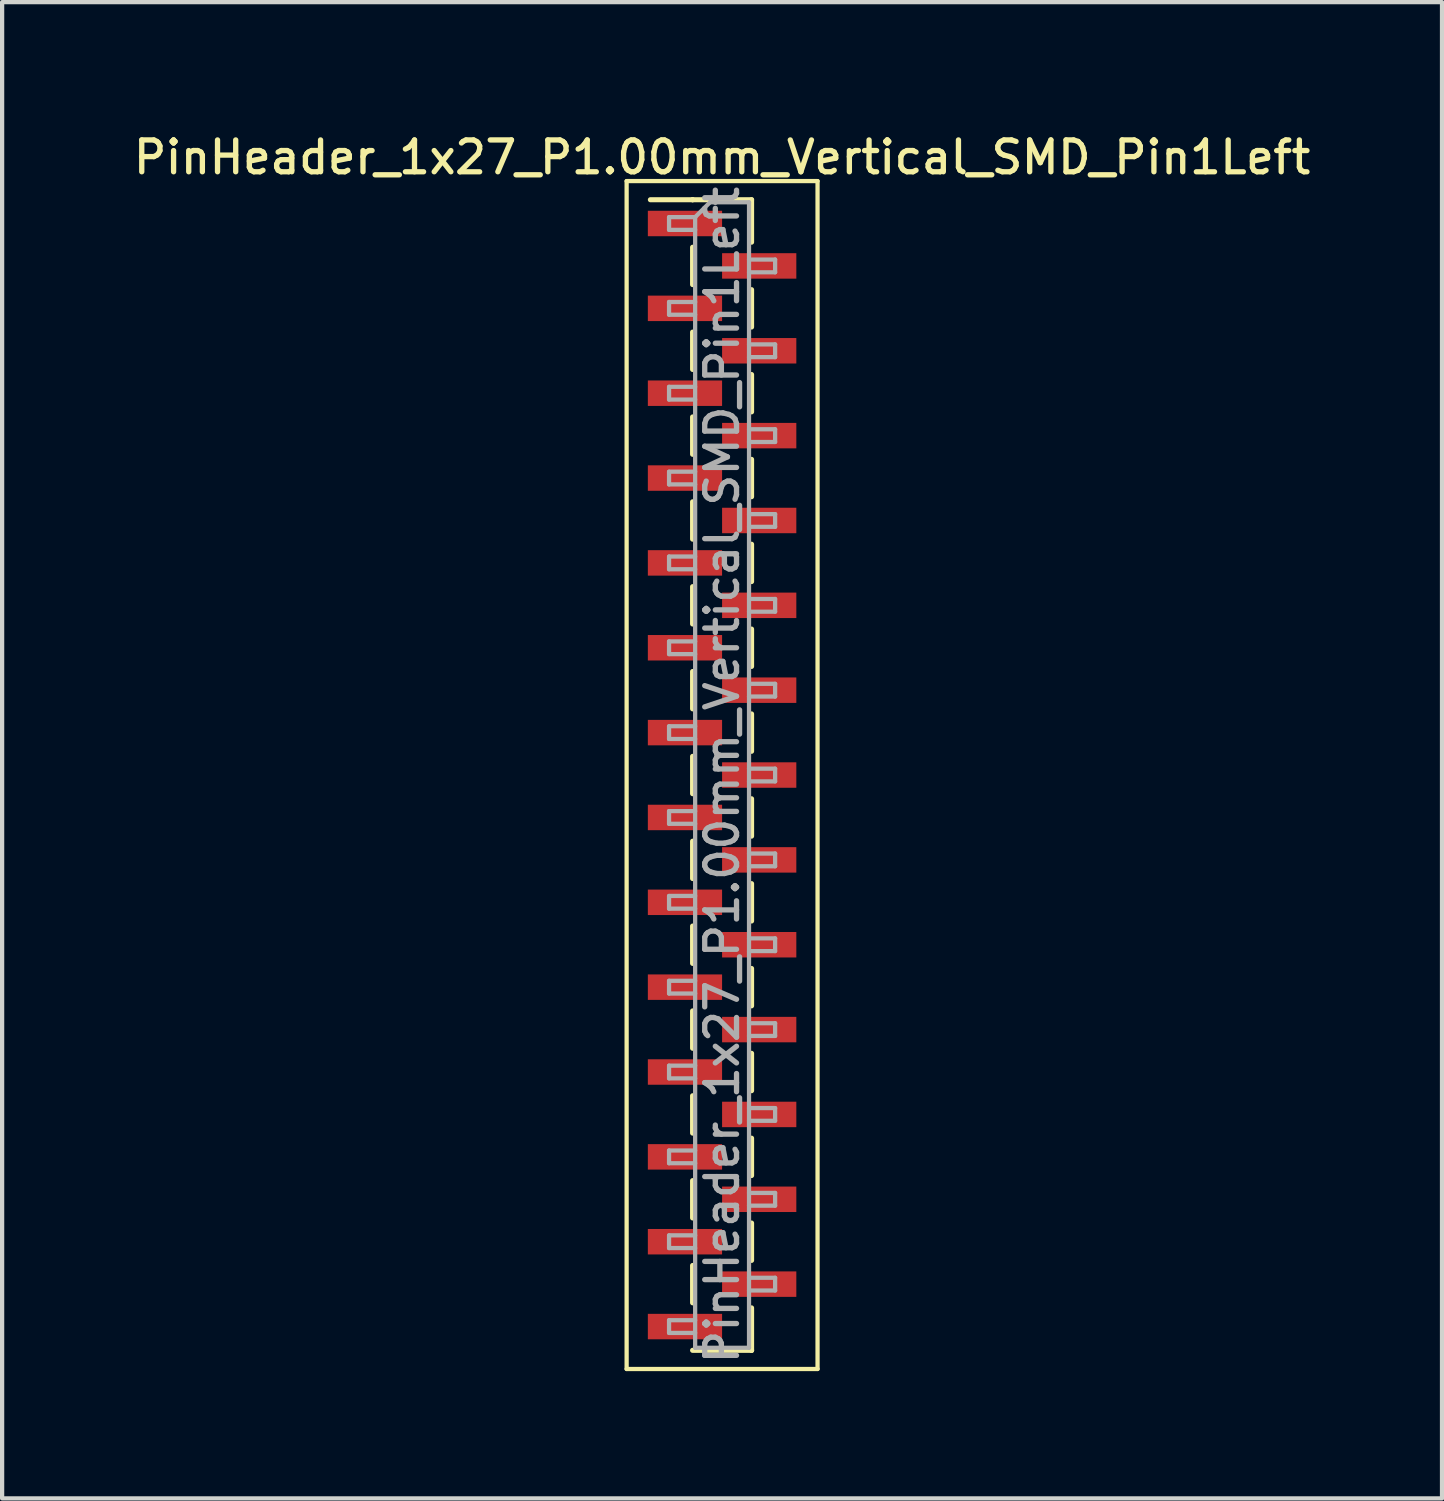
<source format=kicad_pcb>
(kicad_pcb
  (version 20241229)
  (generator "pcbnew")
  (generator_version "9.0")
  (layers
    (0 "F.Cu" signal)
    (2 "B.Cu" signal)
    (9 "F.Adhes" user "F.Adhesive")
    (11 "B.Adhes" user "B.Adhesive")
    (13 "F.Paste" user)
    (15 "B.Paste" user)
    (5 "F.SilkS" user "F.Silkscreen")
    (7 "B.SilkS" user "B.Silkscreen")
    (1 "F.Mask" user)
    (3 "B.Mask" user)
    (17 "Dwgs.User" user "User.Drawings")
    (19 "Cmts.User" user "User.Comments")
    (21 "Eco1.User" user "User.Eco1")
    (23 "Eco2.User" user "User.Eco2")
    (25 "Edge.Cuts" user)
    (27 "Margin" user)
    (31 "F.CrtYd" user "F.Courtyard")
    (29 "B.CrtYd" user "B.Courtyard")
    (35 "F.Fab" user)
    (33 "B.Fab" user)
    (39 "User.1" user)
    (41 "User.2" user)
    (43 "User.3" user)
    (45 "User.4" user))
  (footprint "PinHeader_1x27_P1.00mm_Vertical_SMD_Pin1Left"
    (layer "F.Cu")
    (at 13.97 15.218)
    (property "Reference" "PinHeader_1x27_P1.00mm_Vertical_SMD_Pin1Left" (at 0 -14.56 0) (layer "F.SilkS") (effects (font (size 0.75 0.75) (thickness 0.125))))
    (attr smd)
    (fp_line (start -2.25 -14) (end -2.25 14) (stroke (width 0.1) (type solid)) (layer "F.SilkS"))
    (fp_line (start -2.25 14) (end 2.25 14) (stroke (width 0.1) (type solid)) (layer "F.SilkS"))
    (fp_line (start -0.695 -13.56) (end -1.69 -13.56) (stroke (width 0.12) (type solid)) (layer "F.SilkS"))
    (fp_line (start -0.695 -13.56) (end -0.695 -13.56) (stroke (width 0.12) (type solid)) (layer "F.SilkS"))
    (fp_line (start -0.695 -13.56) (end 0.695 -13.56) (stroke (width 0.12) (type solid)) (layer "F.SilkS"))
    (fp_line (start -0.695 -12.44) (end -0.695 -11.56) (stroke (width 0.12) (type solid)) (layer "F.SilkS"))
    (fp_line (start -0.695 -10.44) (end -0.695 -9.56) (stroke (width 0.12) (type solid)) (layer "F.SilkS"))
    (fp_line (start -0.695 -8.44) (end -0.695 -7.56) (stroke (width 0.12) (type solid)) (layer "F.SilkS"))
    (fp_line (start -0.695 -6.44) (end -0.695 -5.56) (stroke (width 0.12) (type solid)) (layer "F.SilkS"))
    (fp_line (start -0.695 -4.44) (end -0.695 -3.56) (stroke (width 0.12) (type solid)) (layer "F.SilkS"))
    (fp_line (start -0.695 -2.44) (end -0.695 -1.56) (stroke (width 0.12) (type solid)) (layer "F.SilkS"))
    (fp_line (start -0.695 -0.44) (end -0.695 0.44) (stroke (width 0.12) (type solid)) (layer "F.SilkS"))
    (fp_line (start -0.695 1.56) (end -0.695 2.44) (stroke (width 0.12) (type solid)) (layer "F.SilkS"))
    (fp_line (start -0.695 3.56) (end -0.695 4.44) (stroke (width 0.12) (type solid)) (layer "F.SilkS"))
    (fp_line (start -0.695 5.56) (end -0.695 6.44) (stroke (width 0.12) (type solid)) (layer "F.SilkS"))
    (fp_line (start -0.695 7.56) (end -0.695 8.44) (stroke (width 0.12) (type solid)) (layer "F.SilkS"))
    (fp_line (start -0.695 9.56) (end -0.695 10.44) (stroke (width 0.12) (type solid)) (layer "F.SilkS"))
    (fp_line (start -0.695 11.56) (end -0.695 12.44) (stroke (width 0.12) (type solid)) (layer "F.SilkS"))
    (fp_line (start -0.695 13.56) (end 0.695 13.56) (stroke (width 0.12) (type solid)) (layer "F.SilkS"))
    (fp_line (start 0.695 -13.56) (end 0.695 -12.56) (stroke (width 0.12) (type solid)) (layer "F.SilkS"))
    (fp_line (start 0.695 -11.44) (end 0.695 -10.56) (stroke (width 0.12) (type solid)) (layer "F.SilkS"))
    (fp_line (start 0.695 -9.44) (end 0.695 -8.56) (stroke (width 0.12) (type solid)) (layer "F.SilkS"))
    (fp_line (start 0.695 -7.44) (end 0.695 -6.56) (stroke (width 0.12) (type solid)) (layer "F.SilkS"))
    (fp_line (start 0.695 -5.44) (end 0.695 -4.56) (stroke (width 0.12) (type solid)) (layer "F.SilkS"))
    (fp_line (start 0.695 -3.44) (end 0.695 -2.56) (stroke (width 0.12) (type solid)) (layer "F.SilkS"))
    (fp_line (start 0.695 -1.44) (end 0.695 -0.56) (stroke (width 0.12) (type solid)) (layer "F.SilkS"))
    (fp_line (start 0.695 0.56) (end 0.695 1.44) (stroke (width 0.12) (type solid)) (layer "F.SilkS"))
    (fp_line (start 0.695 2.56) (end 0.695 3.44) (stroke (width 0.12) (type solid)) (layer "F.SilkS"))
    (fp_line (start 0.695 4.56) (end 0.695 5.44) (stroke (width 0.12) (type solid)) (layer "F.SilkS"))
    (fp_line (start 0.695 6.56) (end 0.695 7.44) (stroke (width 0.12) (type solid)) (layer "F.SilkS"))
    (fp_line (start 0.695 8.56) (end 0.695 9.44) (stroke (width 0.12) (type solid)) (layer "F.SilkS"))
    (fp_line (start 0.695 10.56) (end 0.695 11.44) (stroke (width 0.12) (type solid)) (layer "F.SilkS"))
    (fp_line (start 0.695 12.56) (end 0.695 13.56) (stroke (width 0.12) (type solid)) (layer "F.SilkS"))
    (fp_line (start 0.695 13.56) (end 0.695 13.56) (stroke (width 0.12) (type solid)) (layer "F.SilkS"))
    (fp_line (start 2.25 -14) (end -2.25 -14) (stroke (width 0.1) (type solid)) (layer "F.SilkS"))
    (fp_line (start 2.25 14) (end 2.25 -14) (stroke (width 0.1) (type solid)) (layer "F.SilkS"))
    (fp_line (start -1.25 -13.15) (end -1.25 -12.85) (stroke (width 0.1) (type solid)) (layer "F.Fab"))
    (fp_line (start -1.25 -12.85) (end -0.635 -12.85) (stroke (width 0.1) (type solid)) (layer "F.Fab"))
    (fp_line (start -1.25 -11.15) (end -1.25 -10.85) (stroke (width 0.1) (type solid)) (layer "F.Fab"))
    (fp_line (start -1.25 -10.85) (end -0.635 -10.85) (stroke (width 0.1) (type solid)) (layer "F.Fab"))
    (fp_line (start -1.25 -9.15) (end -1.25 -8.85) (stroke (width 0.1) (type solid)) (layer "F.Fab"))
    (fp_line (start -1.25 -8.85) (end -0.635 -8.85) (stroke (width 0.1) (type solid)) (layer "F.Fab"))
    (fp_line (start -1.25 -7.15) (end -1.25 -6.85) (stroke (width 0.1) (type solid)) (layer "F.Fab"))
    (fp_line (start -1.25 -6.85) (end -0.635 -6.85) (stroke (width 0.1) (type solid)) (layer "F.Fab"))
    (fp_line (start -1.25 -5.15) (end -1.25 -4.85) (stroke (width 0.1) (type solid)) (layer "F.Fab"))
    (fp_line (start -1.25 -4.85) (end -0.635 -4.85) (stroke (width 0.1) (type solid)) (layer "F.Fab"))
    (fp_line (start -1.25 -3.15) (end -1.25 -2.85) (stroke (width 0.1) (type solid)) (layer "F.Fab"))
    (fp_line (start -1.25 -2.85) (end -0.635 -2.85) (stroke (width 0.1) (type solid)) (layer "F.Fab"))
    (fp_line (start -1.25 -1.15) (end -1.25 -0.85) (stroke (width 0.1) (type solid)) (layer "F.Fab"))
    (fp_line (start -1.25 -0.85) (end -0.635 -0.85) (stroke (width 0.1) (type solid)) (layer "F.Fab"))
    (fp_line (start -1.25 0.85) (end -1.25 1.15) (stroke (width 0.1) (type solid)) (layer "F.Fab"))
    (fp_line (start -1.25 1.15) (end -0.635 1.15) (stroke (width 0.1) (type solid)) (layer "F.Fab"))
    (fp_line (start -1.25 2.85) (end -1.25 3.15) (stroke (width 0.1) (type solid)) (layer "F.Fab"))
    (fp_line (start -1.25 3.15) (end -0.635 3.15) (stroke (width 0.1) (type solid)) (layer "F.Fab"))
    (fp_line (start -1.25 4.85) (end -1.25 5.15) (stroke (width 0.1) (type solid)) (layer "F.Fab"))
    (fp_line (start -1.25 5.15) (end -0.635 5.15) (stroke (width 0.1) (type solid)) (layer "F.Fab"))
    (fp_line (start -1.25 6.85) (end -1.25 7.15) (stroke (width 0.1) (type solid)) (layer "F.Fab"))
    (fp_line (start -1.25 7.15) (end -0.635 7.15) (stroke (width 0.1) (type solid)) (layer "F.Fab"))
    (fp_line (start -1.25 8.85) (end -1.25 9.15) (stroke (width 0.1) (type solid)) (layer "F.Fab"))
    (fp_line (start -1.25 9.15) (end -0.635 9.15) (stroke (width 0.1) (type solid)) (layer "F.Fab"))
    (fp_line (start -1.25 10.85) (end -1.25 11.15) (stroke (width 0.1) (type solid)) (layer "F.Fab"))
    (fp_line (start -1.25 11.15) (end -0.635 11.15) (stroke (width 0.1) (type solid)) (layer "F.Fab"))
    (fp_line (start -1.25 12.85) (end -1.25 13.15) (stroke (width 0.1) (type solid)) (layer "F.Fab"))
    (fp_line (start -1.25 13.15) (end -0.635 13.15) (stroke (width 0.1) (type solid)) (layer "F.Fab"))
    (fp_line (start -0.635 -13.15) (end -1.25 -13.15) (stroke (width 0.1) (type solid)) (layer "F.Fab"))
    (fp_line (start -0.635 -13.15) (end -0.285 -13.5) (stroke (width 0.1) (type solid)) (layer "F.Fab"))
    (fp_line (start -0.635 -11.15) (end -1.25 -11.15) (stroke (width 0.1) (type solid)) (layer "F.Fab"))
    (fp_line (start -0.635 -9.15) (end -1.25 -9.15) (stroke (width 0.1) (type solid)) (layer "F.Fab"))
    (fp_line (start -0.635 -7.15) (end -1.25 -7.15) (stroke (width 0.1) (type solid)) (layer "F.Fab"))
    (fp_line (start -0.635 -5.15) (end -1.25 -5.15) (stroke (width 0.1) (type solid)) (layer "F.Fab"))
    (fp_line (start -0.635 -3.15) (end -1.25 -3.15) (stroke (width 0.1) (type solid)) (layer "F.Fab"))
    (fp_line (start -0.635 -1.15) (end -1.25 -1.15) (stroke (width 0.1) (type solid)) (layer "F.Fab"))
    (fp_line (start -0.635 0.85) (end -1.25 0.85) (stroke (width 0.1) (type solid)) (layer "F.Fab"))
    (fp_line (start -0.635 2.85) (end -1.25 2.85) (stroke (width 0.1) (type solid)) (layer "F.Fab"))
    (fp_line (start -0.635 4.85) (end -1.25 4.85) (stroke (width 0.1) (type solid)) (layer "F.Fab"))
    (fp_line (start -0.635 6.85) (end -1.25 6.85) (stroke (width 0.1) (type solid)) (layer "F.Fab"))
    (fp_line (start -0.635 8.85) (end -1.25 8.85) (stroke (width 0.1) (type solid)) (layer "F.Fab"))
    (fp_line (start -0.635 10.85) (end -1.25 10.85) (stroke (width 0.1) (type solid)) (layer "F.Fab"))
    (fp_line (start -0.635 12.85) (end -1.25 12.85) (stroke (width 0.1) (type solid)) (layer "F.Fab"))
    (fp_line (start -0.635 13.5) (end -0.635 -13.15) (stroke (width 0.1) (type solid)) (layer "F.Fab"))
    (fp_line (start -0.285 -13.5) (end 0.635 -13.5) (stroke (width 0.1) (type solid)) (layer "F.Fab"))
    (fp_line (start 0.635 -13.5) (end 0.635 13.5) (stroke (width 0.1) (type solid)) (layer "F.Fab"))
    (fp_line (start 0.635 -12.15) (end 1.25 -12.15) (stroke (width 0.1) (type solid)) (layer "F.Fab"))
    (fp_line (start 0.635 -10.15) (end 1.25 -10.15) (stroke (width 0.1) (type solid)) (layer "F.Fab"))
    (fp_line (start 0.635 -8.15) (end 1.25 -8.15) (stroke (width 0.1) (type solid)) (layer "F.Fab"))
    (fp_line (start 0.635 -6.15) (end 1.25 -6.15) (stroke (width 0.1) (type solid)) (layer "F.Fab"))
    (fp_line (start 0.635 -4.15) (end 1.25 -4.15) (stroke (width 0.1) (type solid)) (layer "F.Fab"))
    (fp_line (start 0.635 -2.15) (end 1.25 -2.15) (stroke (width 0.1) (type solid)) (layer "F.Fab"))
    (fp_line (start 0.635 -0.15) (end 1.25 -0.15) (stroke (width 0.1) (type solid)) (layer "F.Fab"))
    (fp_line (start 0.635 1.85) (end 1.25 1.85) (stroke (width 0.1) (type solid)) (layer "F.Fab"))
    (fp_line (start 0.635 3.85) (end 1.25 3.85) (stroke (width 0.1) (type solid)) (layer "F.Fab"))
    (fp_line (start 0.635 5.85) (end 1.25 5.85) (stroke (width 0.1) (type solid)) (layer "F.Fab"))
    (fp_line (start 0.635 7.85) (end 1.25 7.85) (stroke (width 0.1) (type solid)) (layer "F.Fab"))
    (fp_line (start 0.635 9.85) (end 1.25 9.85) (stroke (width 0.1) (type solid)) (layer "F.Fab"))
    (fp_line (start 0.635 11.85) (end 1.25 11.85) (stroke (width 0.1) (type solid)) (layer "F.Fab"))
    (fp_line (start 0.635 13.5) (end -0.635 13.5) (stroke (width 0.1) (type solid)) (layer "F.Fab"))
    (fp_line (start 1.25 -12.15) (end 1.25 -11.85) (stroke (width 0.1) (type solid)) (layer "F.Fab"))
    (fp_line (start 1.25 -11.85) (end 0.635 -11.85) (stroke (width 0.1) (type solid)) (layer "F.Fab"))
    (fp_line (start 1.25 -10.15) (end 1.25 -9.85) (stroke (width 0.1) (type solid)) (layer "F.Fab"))
    (fp_line (start 1.25 -9.85) (end 0.635 -9.85) (stroke (width 0.1) (type solid)) (layer "F.Fab"))
    (fp_line (start 1.25 -8.15) (end 1.25 -7.85) (stroke (width 0.1) (type solid)) (layer "F.Fab"))
    (fp_line (start 1.25 -7.85) (end 0.635 -7.85) (stroke (width 0.1) (type solid)) (layer "F.Fab"))
    (fp_line (start 1.25 -6.15) (end 1.25 -5.85) (stroke (width 0.1) (type solid)) (layer "F.Fab"))
    (fp_line (start 1.25 -5.85) (end 0.635 -5.85) (stroke (width 0.1) (type solid)) (layer "F.Fab"))
    (fp_line (start 1.25 -4.15) (end 1.25 -3.85) (stroke (width 0.1) (type solid)) (layer "F.Fab"))
    (fp_line (start 1.25 -3.85) (end 0.635 -3.85) (stroke (width 0.1) (type solid)) (layer "F.Fab"))
    (fp_line (start 1.25 -2.15) (end 1.25 -1.85) (stroke (width 0.1) (type solid)) (layer "F.Fab"))
    (fp_line (start 1.25 -1.85) (end 0.635 -1.85) (stroke (width 0.1) (type solid)) (layer "F.Fab"))
    (fp_line (start 1.25 -0.15) (end 1.25 0.15) (stroke (width 0.1) (type solid)) (layer "F.Fab"))
    (fp_line (start 1.25 0.15) (end 0.635 0.15) (stroke (width 0.1) (type solid)) (layer "F.Fab"))
    (fp_line (start 1.25 1.85) (end 1.25 2.15) (stroke (width 0.1) (type solid)) (layer "F.Fab"))
    (fp_line (start 1.25 2.15) (end 0.635 2.15) (stroke (width 0.1) (type solid)) (layer "F.Fab"))
    (fp_line (start 1.25 3.85) (end 1.25 4.15) (stroke (width 0.1) (type solid)) (layer "F.Fab"))
    (fp_line (start 1.25 4.15) (end 0.635 4.15) (stroke (width 0.1) (type solid)) (layer "F.Fab"))
    (fp_line (start 1.25 5.85) (end 1.25 6.15) (stroke (width 0.1) (type solid)) (layer "F.Fab"))
    (fp_line (start 1.25 6.15) (end 0.635 6.15) (stroke (width 0.1) (type solid)) (layer "F.Fab"))
    (fp_line (start 1.25 7.85) (end 1.25 8.15) (stroke (width 0.1) (type solid)) (layer "F.Fab"))
    (fp_line (start 1.25 8.15) (end 0.635 8.15) (stroke (width 0.1) (type solid)) (layer "F.Fab"))
    (fp_line (start 1.25 9.85) (end 1.25 10.15) (stroke (width 0.1) (type solid)) (layer "F.Fab"))
    (fp_line (start 1.25 10.15) (end 0.635 10.15) (stroke (width 0.1) (type solid)) (layer "F.Fab"))
    (fp_line (start 1.25 11.85) (end 1.25 12.15) (stroke (width 0.1) (type solid)) (layer "F.Fab"))
    (fp_line (start 1.25 12.15) (end 0.635 12.15) (stroke (width 0.1) (type solid)) (layer "F.Fab"))
    (fp_text user "${REFERENCE}" (at 0 0 90) (layer "F.Fab") (effects (font (size 0.75 0.75) (thickness 0.125))))
    (pad "1" smd rect (at -0.875 -13) (size 1.75 0.6) (layers "F.Cu" "F.Mask" "F.Paste"))
    (pad "2" smd rect (at 0.875 -12) (size 1.75 0.6) (layers "F.Cu" "F.Mask" "F.Paste"))
    (pad "3" smd rect (at -0.875 -11) (size 1.75 0.6) (layers "F.Cu" "F.Mask" "F.Paste"))
    (pad "4" smd rect (at 0.875 -10) (size 1.75 0.6) (layers "F.Cu" "F.Mask" "F.Paste"))
    (pad "5" smd rect (at -0.875 -9) (size 1.75 0.6) (layers "F.Cu" "F.Mask" "F.Paste"))
    (pad "6" smd rect (at 0.875 -8) (size 1.75 0.6) (layers "F.Cu" "F.Mask" "F.Paste"))
    (pad "7" smd rect (at -0.875 -7) (size 1.75 0.6) (layers "F.Cu" "F.Mask" "F.Paste"))
    (pad "8" smd rect (at 0.875 -6) (size 1.75 0.6) (layers "F.Cu" "F.Mask" "F.Paste"))
    (pad "9" smd rect (at -0.875 -5) (size 1.75 0.6) (layers "F.Cu" "F.Mask" "F.Paste"))
    (pad "10" smd rect (at 0.875 -4) (size 1.75 0.6) (layers "F.Cu" "F.Mask" "F.Paste"))
    (pad "11" smd rect (at -0.875 -3) (size 1.75 0.6) (layers "F.Cu" "F.Mask" "F.Paste"))
    (pad "12" smd rect (at 0.875 -2) (size 1.75 0.6) (layers "F.Cu" "F.Mask" "F.Paste"))
    (pad "13" smd rect (at -0.875 -1) (size 1.75 0.6) (layers "F.Cu" "F.Mask" "F.Paste"))
    (pad "14" smd rect (at 0.875 0) (size 1.75 0.6) (layers "F.Cu" "F.Mask" "F.Paste"))
    (pad "15" smd rect (at -0.875 1) (size 1.75 0.6) (layers "F.Cu" "F.Mask" "F.Paste"))
    (pad "16" smd rect (at 0.875 2) (size 1.75 0.6) (layers "F.Cu" "F.Mask" "F.Paste"))
    (pad "17" smd rect (at -0.875 3) (size 1.75 0.6) (layers "F.Cu" "F.Mask" "F.Paste"))
    (pad "18" smd rect (at 0.875 4) (size 1.75 0.6) (layers "F.Cu" "F.Mask" "F.Paste"))
    (pad "19" smd rect (at -0.875 5) (size 1.75 0.6) (layers "F.Cu" "F.Mask" "F.Paste"))
    (pad "20" smd rect (at 0.875 6) (size 1.75 0.6) (layers "F.Cu" "F.Mask" "F.Paste"))
    (pad "21" smd rect (at -0.875 7) (size 1.75 0.6) (layers "F.Cu" "F.Mask" "F.Paste"))
    (pad "22" smd rect (at 0.875 8) (size 1.75 0.6) (layers "F.Cu" "F.Mask" "F.Paste"))
    (pad "23" smd rect (at -0.875 9) (size 1.75 0.6) (layers "F.Cu" "F.Mask" "F.Paste"))
    (pad "24" smd rect (at 0.875 10) (size 1.75 0.6) (layers "F.Cu" "F.Mask" "F.Paste"))
    (pad "25" smd rect (at -0.875 11) (size 1.75 0.6) (layers "F.Cu" "F.Mask" "F.Paste"))
    (pad "26" smd rect (at 0.875 12) (size 1.75 0.6) (layers "F.Cu" "F.Mask" "F.Paste"))
    (pad "27" smd rect (at -0.875 13) (size 1.75 0.6) (layers "F.Cu" "F.Mask" "F.Paste")))
  (gr_rect
    (start -3 -3)
    (end 30.939 32.268)
    (stroke (width 0.1) (type default))
    (fill no)
    (layer "Edge.Cuts")))
</source>
